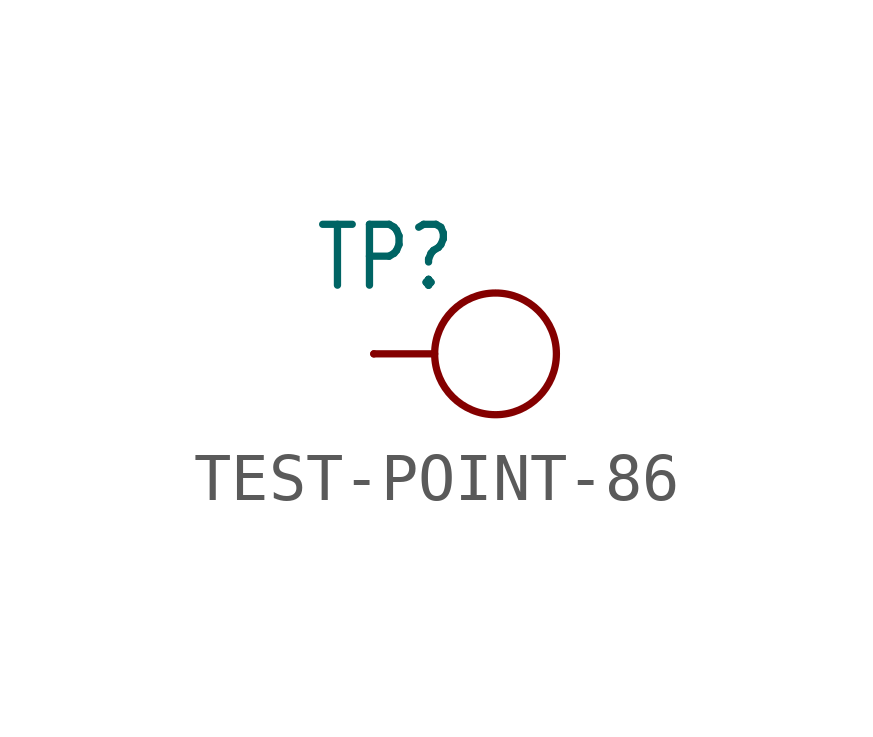
<source format=kicad_sym>
(kicad_symbol_lib
  (version 20211014)
  (generator kicad_symbol_editor)
  (symbol "TEST-POINT-86"
    (property "Reference" "TP"
      (at -3.81 1.27 0)
      (effects (font (size 1.27 1.079)) (justify left bottom)))
    (property "ki_locked" ""
      (at 0 0 0)
      (effects (font (size 1.27 1.27))))
    (symbol "TEST-POINT-86_1_0"
      (polyline (pts (xy -2.54 0) (xy -1.27 0)) (stroke (width 0.152) (type default) (color 0 0 0 0)) (fill (type none)))
      (circle (center 0 0) (radius 1.27) (stroke (width 0.152) (type default) (color 0 0 0 0)) (fill (type none)))
      (pin bidirectional line (at -2.54 0 0) (length 0) (name "T" (effects (font (size 0 0)))) (number "T" (effects (font (size 0 0))))))))
</source>
